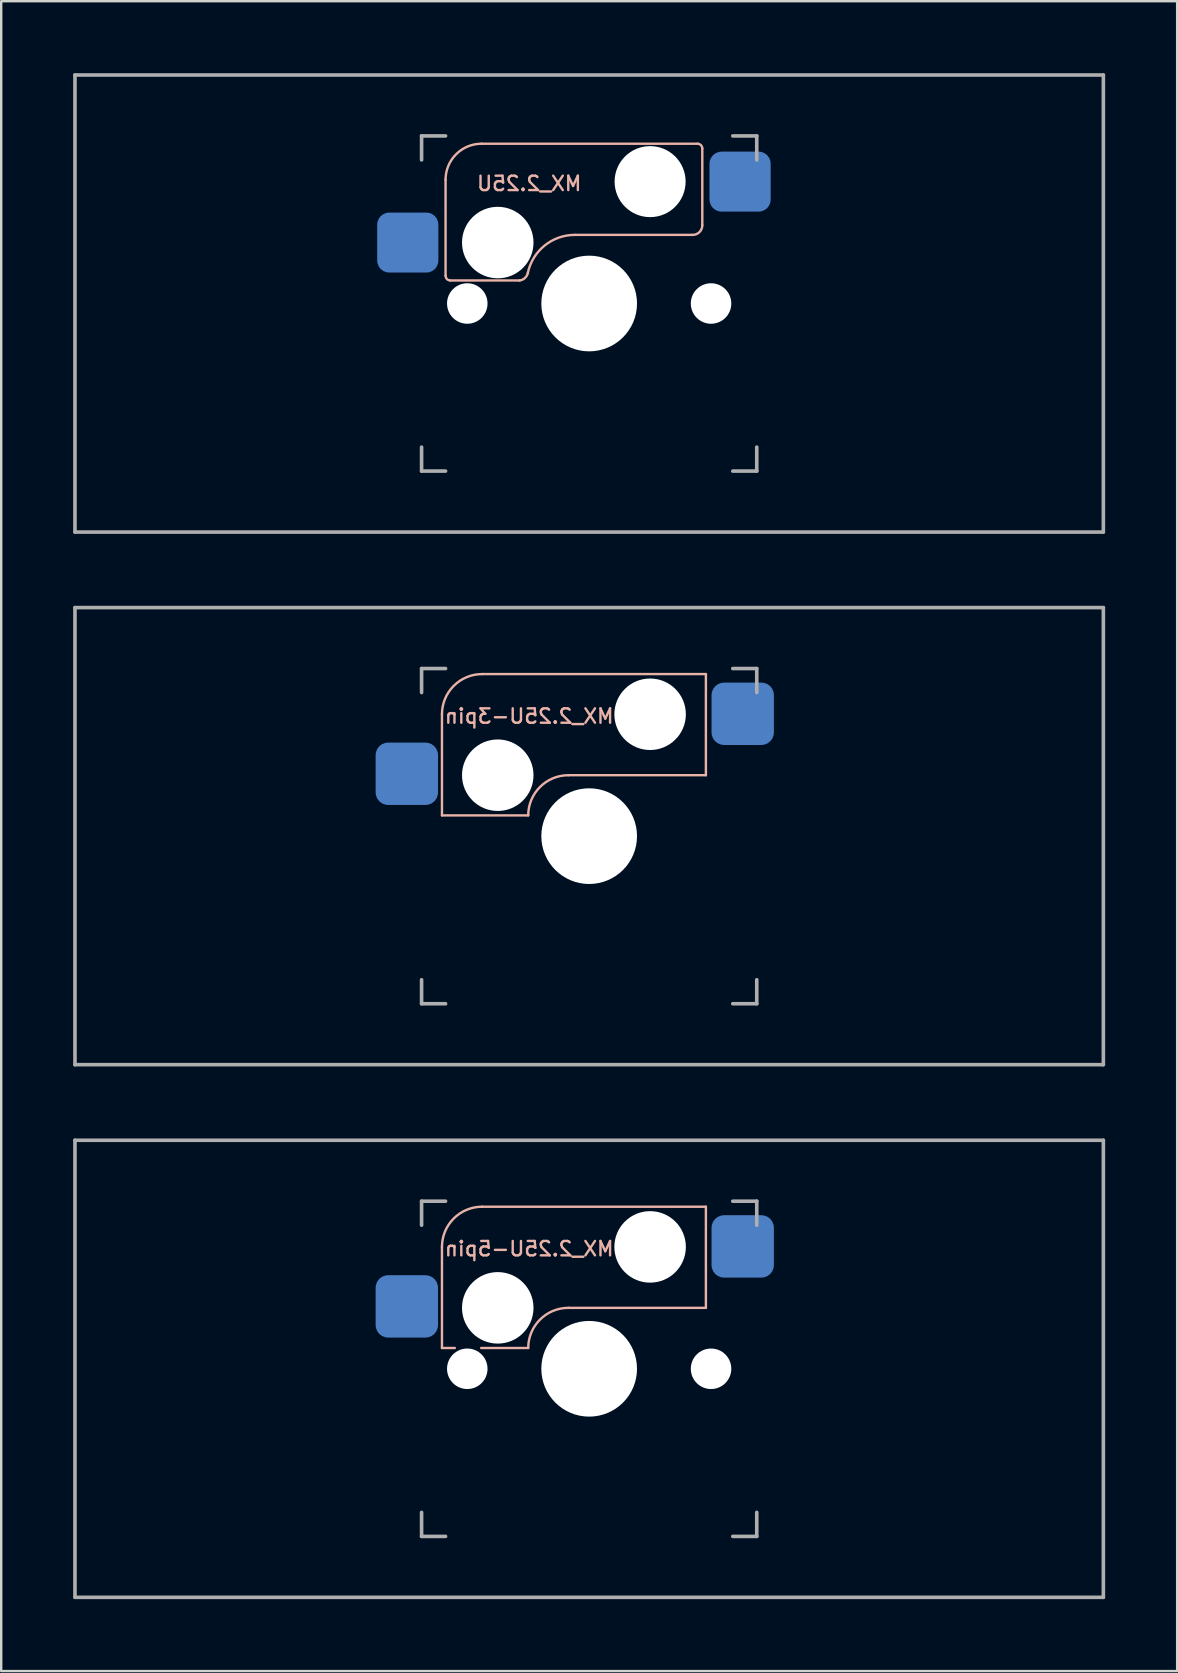
<source format=kicad_pcb>
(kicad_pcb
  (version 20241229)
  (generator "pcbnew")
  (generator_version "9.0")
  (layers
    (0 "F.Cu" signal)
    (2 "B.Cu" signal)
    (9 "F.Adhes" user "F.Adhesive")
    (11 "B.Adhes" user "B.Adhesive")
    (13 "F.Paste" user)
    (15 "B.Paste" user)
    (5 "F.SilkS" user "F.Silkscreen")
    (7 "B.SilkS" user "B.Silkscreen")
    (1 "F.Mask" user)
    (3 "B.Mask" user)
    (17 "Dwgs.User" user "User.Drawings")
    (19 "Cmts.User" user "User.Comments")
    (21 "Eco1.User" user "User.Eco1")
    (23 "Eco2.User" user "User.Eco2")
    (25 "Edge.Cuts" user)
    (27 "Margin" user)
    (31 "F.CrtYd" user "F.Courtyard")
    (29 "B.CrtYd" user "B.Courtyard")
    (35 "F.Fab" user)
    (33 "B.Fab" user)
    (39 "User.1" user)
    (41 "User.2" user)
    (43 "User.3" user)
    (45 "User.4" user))
  (footprint "MX_2.25U-3pin"
    (layer "F.Cu")
    (at 21.506 31.8)
    (property "Reference" "MX_2.25U-3pin" (at -2.5 -5 0) (layer "B.SilkS") (effects (font (size 0.6 0.6) (thickness 0.1)) (justify mirror)))
    (attr smd)
    (fp_line (start -6.135 -5.08) (end -6.135 -0.865) (stroke (width 0.1) (type solid)) (layer "B.SilkS"))
    (fp_line (start -6.135 -0.865) (end -2.54 -0.865) (stroke (width 0.1) (type solid)) (layer "B.SilkS"))
    (fp_line (start -4.46 -6.755) (end 4.865 -6.755) (stroke (width 0.1) (type solid)) (layer "B.SilkS"))
    (fp_line (start -0.865 -2.54) (end 4.865 -2.54) (stroke (width 0.1) (type solid)) (layer "B.SilkS"))
    (fp_line (start 4.865 -6.755) (end 4.865 -2.54) (stroke (width 0.1) (type solid)) (layer "B.SilkS"))
    (fp_arc (start -6.135 -5.08) (mid -5.644404 -6.264404) (end -4.46 -6.755) (stroke (width 0.1) (type solid)) (layer "B.SilkS"))
    (fp_arc (start -2.54 -0.865) (mid -2.049404 -2.049404) (end -0.865 -2.54) (stroke (width 0.1) (type solid)) (layer "B.SilkS"))
    (fp_line (start -6.985 6.985) (end -6.985 -6.985) (stroke (width 0.15) (type solid)) (layer "Eco2.User"))
    (fp_line (start -6.985 6.985) (end 6.985 6.985) (stroke (width 0.15) (type solid)) (layer "Eco2.User"))
    (fp_line (start 6.985 -6.985) (end -6.985 -6.985) (stroke (width 0.15) (type solid)) (layer "Eco2.User"))
    (fp_line (start 6.985 -6.985) (end 6.985 6.985) (stroke (width 0.15) (type solid)) (layer "Eco2.User"))
    (fp_line (start -21.431 -9.525) (end 21.431 -9.525) (stroke (width 0.15) (type solid)) (layer "F.Fab"))
    (fp_line (start -21.431 9.525) (end -21.431 -9.525) (stroke (width 0.15) (type solid)) (layer "F.Fab"))
    (fp_line (start -6.985 -5.985) (end -6.985 -6.985) (stroke (width 0.15) (type solid)) (layer "F.Fab"))
    (fp_line (start -6.985 6.985) (end -6.985 5.985) (stroke (width 0.15) (type solid)) (layer "F.Fab"))
    (fp_line (start -6.985 6.985) (end -5.985 6.985) (stroke (width 0.15) (type solid)) (layer "F.Fab"))
    (fp_line (start -5.985 -6.985) (end -6.985 -6.985) (stroke (width 0.15) (type solid)) (layer "F.Fab"))
    (fp_line (start 5.985 6.985) (end 6.985 6.985) (stroke (width 0.15) (type solid)) (layer "F.Fab"))
    (fp_line (start 6.985 -6.985) (end 5.985 -6.985) (stroke (width 0.15) (type solid)) (layer "F.Fab"))
    (fp_line (start 6.985 -6.985) (end 6.985 -5.985) (stroke (width 0.15) (type solid)) (layer "F.Fab"))
    (fp_line (start 6.985 5.985) (end 6.985 6.985) (stroke (width 0.15) (type solid)) (layer "F.Fab"))
    (fp_line (start 21.431 -9.525) (end 21.431 9.525) (stroke (width 0.15) (type solid)) (layer "F.Fab"))
    (fp_line (start 21.431 9.525) (end -21.431 9.525) (stroke (width 0.15) (type solid)) (layer "F.Fab"))
    (pad "" np_thru_hole circle (at -3.81 -2.54) (size 2.98 2.98) (drill 2.98) (layers "*.Cu" "*.Mask"))
    (pad "" np_thru_hole circle (at 0 0) (size 3.988 3.988) (drill 3.988) (layers "*.Cu" "*.Mask"))
    (pad "" np_thru_hole circle (at 2.54 -5.08) (size 2.98 2.98) (drill 2.98) (layers "*.Cu" "*.Mask"))
    (pad "1" smd roundrect (at 6.4 -5.1) (size 2.6 2.6) (layers "B.Cu" "B.Mask" "B.Paste") (roundrect_rratio 0.2))
    (pad "2" smd roundrect (at -7.6 -2.6) (size 2.6 2.6) (layers "B.Cu" "B.Mask" "B.Paste") (roundrect_rratio 0.2)))
  (footprint "MX_2.25U"
    (layer "F.Cu")
    (at 21.506 9.6)
    (property "Reference" "MX_2.25U" (at -2.5 -5 0) (layer "B.SilkS") (effects (font (size 0.6 0.6) (thickness 0.1)) (justify mirror)))
    (attr smd)
    (fp_line (start -5.985 -5.16) (end -5.985 -1.16) (stroke (width 0.1) (type solid)) (layer "B.SilkS"))
    (fp_line (start -5.785 -0.96) (end -2.9 -0.96) (stroke (width 0.1) (type solid)) (layer "B.SilkS"))
    (fp_line (start -4.485 -6.66) (end 4.515 -6.66) (stroke (width 0.1) (type solid)) (layer "B.SilkS"))
    (fp_line (start 4.315 -2.86) (end -0.6 -2.86) (stroke (width 0.1) (type solid)) (layer "B.SilkS"))
    (fp_line (start 4.715 -6.46) (end 4.715 -3.26) (stroke (width 0.1) (type solid)) (layer "B.SilkS"))
    (fp_arc (start -5.985 -5.16) (mid -5.54566 -6.22066) (end -4.485 -6.66) (stroke (width 0.1) (type solid)) (layer "B.SilkS"))
    (fp_arc (start -5.785 -0.96) (mid -5.926421 -1.018579) (end -5.985 -1.16) (stroke (width 0.1) (type solid)) (layer "B.SilkS"))
    (fp_arc (start -2.558575 -1.264949) (mid -1.862953 -2.41079) (end -0.6 -2.86) (stroke (width 0.1) (type solid)) (layer "B.SilkS"))
    (fp_arc (start -2.557532 -1.264687) (mid -2.681837 -1.059595) (end -2.9 -0.96) (stroke (width 0.1) (type solid)) (layer "B.SilkS"))
    (fp_arc (start 4.515 -6.66) (mid 4.656421 -6.601421) (end 4.715 -6.46) (stroke (width 0.1) (type solid)) (layer "B.SilkS"))
    (fp_arc (start 4.715 -3.26) (mid 4.597843 -2.977157) (end 4.315 -2.86) (stroke (width 0.1) (type solid)) (layer "B.SilkS"))
    (fp_line (start -6.985 6.985) (end -6.985 -6.985) (stroke (width 0.15) (type solid)) (layer "Eco2.User"))
    (fp_line (start -6.985 6.985) (end 6.985 6.985) (stroke (width 0.15) (type solid)) (layer "Eco2.User"))
    (fp_line (start 6.985 -6.985) (end -6.985 -6.985) (stroke (width 0.15) (type solid)) (layer "Eco2.User"))
    (fp_line (start 6.985 -6.985) (end 6.985 6.985) (stroke (width 0.15) (type solid)) (layer "Eco2.User"))
    (fp_line (start -21.431 -9.525) (end 21.431 -9.525) (stroke (width 0.15) (type solid)) (layer "F.Fab"))
    (fp_line (start -21.431 9.525) (end -21.431 -9.525) (stroke (width 0.15) (type solid)) (layer "F.Fab"))
    (fp_line (start -6.985 -5.985) (end -6.985 -6.985) (stroke (width 0.15) (type solid)) (layer "F.Fab"))
    (fp_line (start -6.985 6.985) (end -6.985 5.985) (stroke (width 0.15) (type solid)) (layer "F.Fab"))
    (fp_line (start -6.985 6.985) (end -5.985 6.985) (stroke (width 0.15) (type solid)) (layer "F.Fab"))
    (fp_line (start -5.985 -6.985) (end -6.985 -6.985) (stroke (width 0.15) (type solid)) (layer "F.Fab"))
    (fp_line (start 5.985 6.985) (end 6.985 6.985) (stroke (width 0.15) (type solid)) (layer "F.Fab"))
    (fp_line (start 6.985 -6.985) (end 5.985 -6.985) (stroke (width 0.15) (type solid)) (layer "F.Fab"))
    (fp_line (start 6.985 -6.985) (end 6.985 -5.985) (stroke (width 0.15) (type solid)) (layer "F.Fab"))
    (fp_line (start 6.985 5.985) (end 6.985 6.985) (stroke (width 0.15) (type solid)) (layer "F.Fab"))
    (fp_line (start 21.431 -9.525) (end 21.431 9.525) (stroke (width 0.15) (type solid)) (layer "F.Fab"))
    (fp_line (start 21.431 9.525) (end -21.431 9.525) (stroke (width 0.15) (type solid)) (layer "F.Fab"))
    (pad "" np_thru_hole circle (at -5.08 0) (size 1.688 1.688) (drill 1.688) (layers "*.Cu" "*.Mask"))
    (pad "" np_thru_hole circle (at -3.81 -2.54) (size 2.98 2.98) (drill 2.98) (layers "*.Cu" "*.Mask"))
    (pad "" np_thru_hole circle (at 0 0) (size 3.988 3.988) (drill 3.988) (layers "*.Cu" "*.Mask"))
    (pad "" np_thru_hole circle (at 2.54 -5.08) (size 2.96 2.96) (drill 2.96) (layers "*.Cu" "*.Mask"))
    (pad "" np_thru_hole circle (at 5.08 0) (size 1.688 1.688) (drill 1.688) (layers "*.Cu" "*.Mask"))
    (pad "1" smd roundrect (at 6.29 -5.08) (size 2.55 2.5) (layers "B.Cu" "B.Mask" "B.Paste") (roundrect_rratio 0.2))
    (pad "2" smd roundrect (at -7.56 -2.54) (size 2.55 2.5) (layers "B.Cu" "B.Mask" "B.Paste") (roundrect_rratio 0.2)))
  (footprint "MX_2.25U-5pin"
    (layer "F.Cu")
    (at 21.506 54)
    (property "Reference" "MX_2.25U-5pin" (at -2.5 -5 0) (layer "B.SilkS") (effects (font (size 0.6 0.6) (thickness 0.1)) (justify mirror)))
    (attr smd)
    (fp_line (start -6.135 -5.08) (end -6.135 -0.865) (stroke (width 0.1) (type solid)) (layer "B.SilkS"))
    (fp_line (start -6.135 -0.865) (end -5.6 -0.865) (stroke (width 0.1) (type solid)) (layer "B.SilkS"))
    (fp_line (start -4.5 -0.865) (end -2.54 -0.865) (stroke (width 0.1) (type solid)) (layer "B.SilkS"))
    (fp_line (start -4.46 -6.755) (end 4.865 -6.755) (stroke (width 0.1) (type solid)) (layer "B.SilkS"))
    (fp_line (start -0.865 -2.54) (end 4.865 -2.54) (stroke (width 0.1) (type solid)) (layer "B.SilkS"))
    (fp_line (start 4.865 -6.755) (end 4.865 -2.54) (stroke (width 0.1) (type solid)) (layer "B.SilkS"))
    (fp_arc (start -6.135 -5.08) (mid -5.644404 -6.264404) (end -4.46 -6.755) (stroke (width 0.1) (type solid)) (layer "B.SilkS"))
    (fp_arc (start -2.54 -0.865) (mid -2.049404 -2.049404) (end -0.865 -2.54) (stroke (width 0.1) (type solid)) (layer "B.SilkS"))
    (fp_line (start -6.985 6.985) (end -6.985 -6.985) (stroke (width 0.15) (type solid)) (layer "Eco2.User"))
    (fp_line (start -6.985 6.985) (end 6.985 6.985) (stroke (width 0.15) (type solid)) (layer "Eco2.User"))
    (fp_line (start 6.985 -6.985) (end -6.985 -6.985) (stroke (width 0.15) (type solid)) (layer "Eco2.User"))
    (fp_line (start 6.985 -6.985) (end 6.985 6.985) (stroke (width 0.15) (type solid)) (layer "Eco2.User"))
    (fp_line (start -21.431 -9.525) (end 21.431 -9.525) (stroke (width 0.15) (type solid)) (layer "F.Fab"))
    (fp_line (start -21.431 9.525) (end -21.431 -9.525) (stroke (width 0.15) (type solid)) (layer "F.Fab"))
    (fp_line (start -6.985 -5.985) (end -6.985 -6.985) (stroke (width 0.15) (type solid)) (layer "F.Fab"))
    (fp_line (start -6.985 6.985) (end -6.985 5.985) (stroke (width 0.15) (type solid)) (layer "F.Fab"))
    (fp_line (start -6.985 6.985) (end -5.985 6.985) (stroke (width 0.15) (type solid)) (layer "F.Fab"))
    (fp_line (start -5.985 -6.985) (end -6.985 -6.985) (stroke (width 0.15) (type solid)) (layer "F.Fab"))
    (fp_line (start 5.985 6.985) (end 6.985 6.985) (stroke (width 0.15) (type solid)) (layer "F.Fab"))
    (fp_line (start 6.985 -6.985) (end 5.985 -6.985) (stroke (width 0.15) (type solid)) (layer "F.Fab"))
    (fp_line (start 6.985 -6.985) (end 6.985 -5.985) (stroke (width 0.15) (type solid)) (layer "F.Fab"))
    (fp_line (start 6.985 5.985) (end 6.985 6.985) (stroke (width 0.15) (type solid)) (layer "F.Fab"))
    (fp_line (start 21.431 -9.525) (end 21.431 9.525) (stroke (width 0.15) (type solid)) (layer "F.Fab"))
    (fp_line (start 21.431 9.525) (end -21.431 9.525) (stroke (width 0.15) (type solid)) (layer "F.Fab"))
    (pad "" np_thru_hole circle (at -5.08 0) (size 1.688 1.688) (drill 1.688) (layers "*.Cu" "*.Mask"))
    (pad "" np_thru_hole circle (at -3.81 -2.54) (size 2.98 2.98) (drill 2.98) (layers "*.Cu" "*.Mask"))
    (pad "" np_thru_hole circle (at 0 0) (size 3.988 3.988) (drill 3.988) (layers "*.Cu" "*.Mask"))
    (pad "" np_thru_hole circle (at 2.54 -5.08) (size 2.98 2.98) (drill 2.98) (layers "*.Cu" "*.Mask"))
    (pad "" np_thru_hole circle (at 5.08 0) (size 1.688 1.688) (drill 1.688) (layers "*.Cu" "*.Mask"))
    (pad "1" smd roundrect (at 6.4 -5.1) (size 2.6 2.6) (layers "B.Cu" "B.Mask" "B.Paste") (roundrect_rratio 0.2))
    (pad "2" smd roundrect (at -7.6 -2.6) (size 2.6 2.6) (layers "B.Cu" "B.Mask" "B.Paste") (roundrect_rratio 0.2)))
  (gr_rect
    (start -3 -3)
    (end 46.013 66.6)
    (stroke (width 0.1) (type default))
    (fill no)
    (layer "Edge.Cuts")))
</source>
